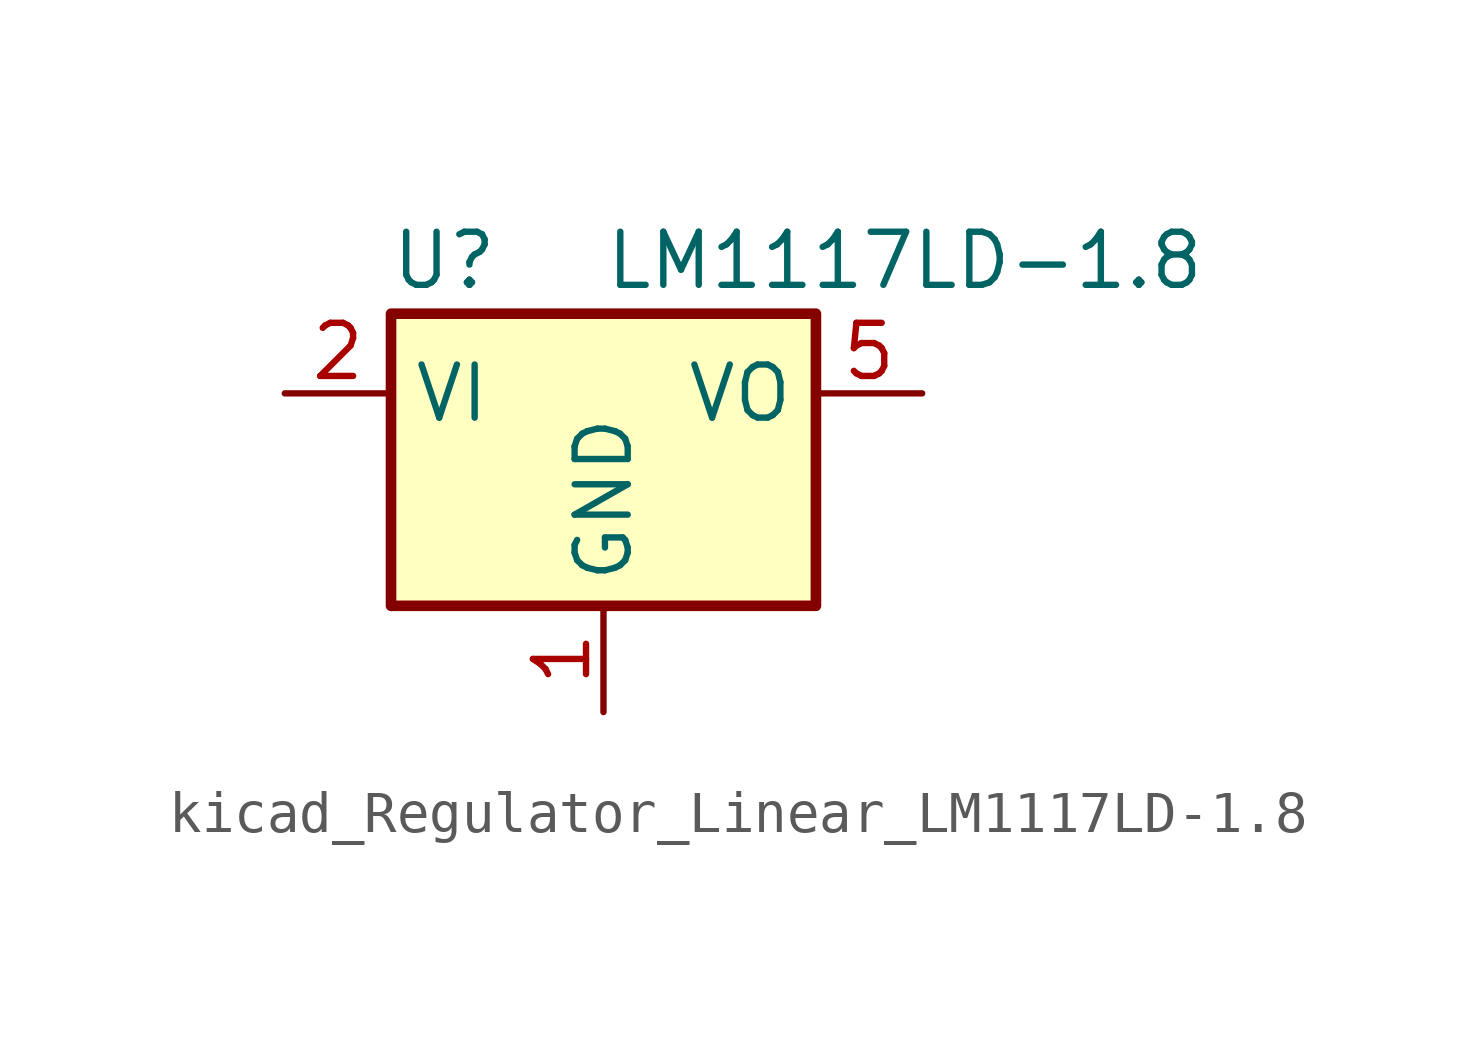
<source format=kicad_sym>
(kicad_symbol_lib
  (version 20220914)
  (generator kicad_symbol_editor)
  (symbol "kicad_Regulator_Linear_LM1117LD-1.8"
    (property "Reference" "U"
      (at -3.81 3.175 0)
      (effects (font (size 1.27 1.27))))
    (property "Value" "LM1117LD-1.8"
      (at 0 3.175 0)
      (effects (font (size 1.27 1.27)) (justify left)))
    (symbol "kicad_Regulator_Linear_LM1117LD-1.8_0_1"
      (rectangle (start -5.08 -5.08) (end 5.08 1.905) (stroke (width 0.254) (type default)) (fill (type background))))
    (symbol "kicad_Regulator_Linear_LM1117LD-1.8_1_1"
      (pin power_in line (at 0 -7.62 90) (length 2.54) (name "GND" (effects (font (size 1.27 1.27)))) (number "1" (effects (font (size 1.27 1.27)))))
      (pin power_in line (at -7.62 0 0) (length 2.54) (name "VI" (effects (font (size 1.27 1.27)))) (number "2" (effects (font (size 1.27 1.27)))))
      (pin passive line (at -7.62 0 0) (length 2.54) hide (name "VI" (effects (font (size 1.27 1.27)))) (number "3" (effects (font (size 1.27 1.27)))))
      (pin passive line (at -7.62 0 0) (length 2.54) hide (name "VI" (effects (font (size 1.27 1.27)))) (number "4" (effects (font (size 1.27 1.27)))))
      (pin power_out line (at 7.62 0 180) (length 2.54) (name "VO" (effects (font (size 1.27 1.27)))) (number "5" (effects (font (size 1.27 1.27)))))
      (pin passive line (at 7.62 0 180) (length 2.54) hide (name "VO" (effects (font (size 1.27 1.27)))) (number "6" (effects (font (size 1.27 1.27)))))
      (pin passive line (at 7.62 0 180) (length 2.54) hide (name "VO" (effects (font (size 1.27 1.27)))) (number "7" (effects (font (size 1.27 1.27)))))
      (pin no_connect line (at 5.08 -2.54 180) (length 2.54) hide (name "NC" (effects (font (size 1.27 1.27)))) (number "8" (effects (font (size 1.27 1.27)))))
      (pin passive line (at 7.62 0 180) (length 2.54) hide (name "VO" (effects (font (size 1.27 1.27)))) (number "9" (effects (font (size 1.27 1.27))))))))
</source>
